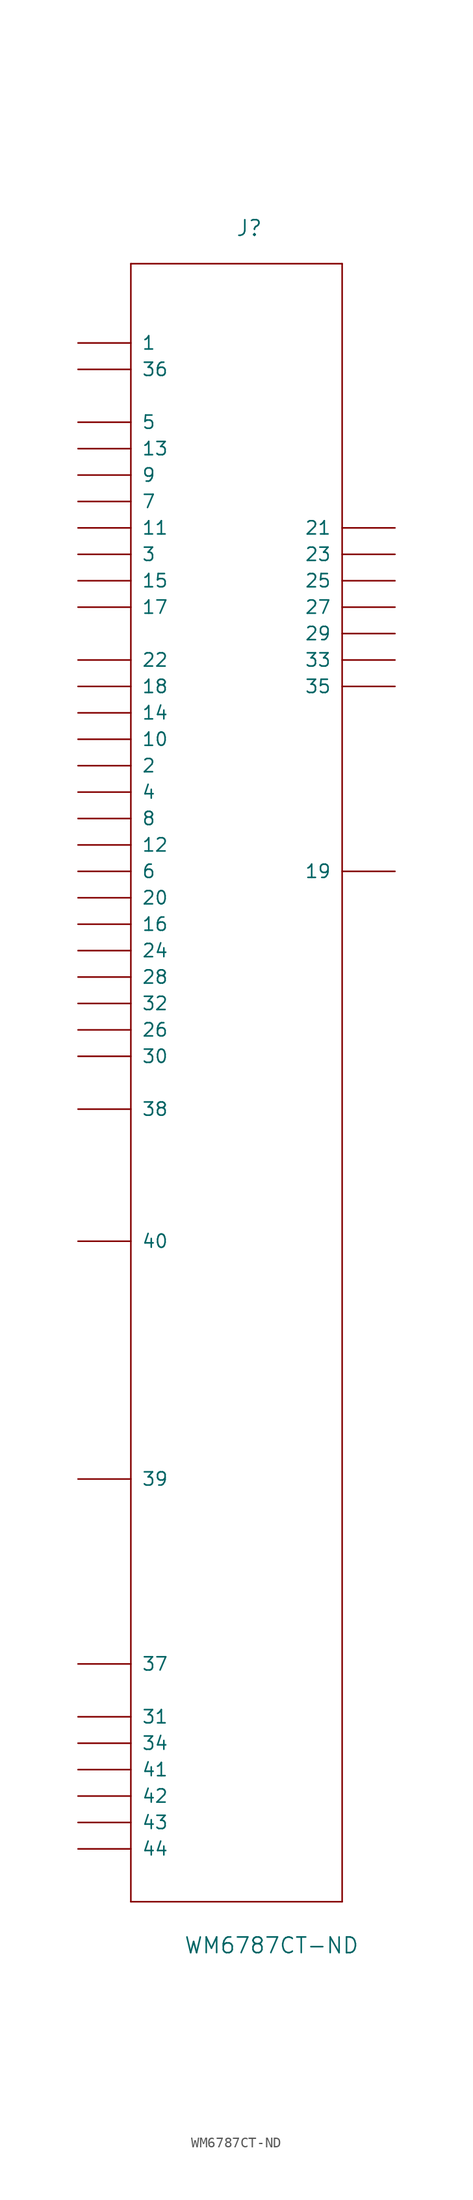
<source format=kicad_sym>
(kicad_symbol_lib
  (version 20211014)
  (generator kicad_symbol_editor)
  (symbol "WM6787CT-ND"
    (pin_names
      (offset 1.016))
    (property "Reference" "J"
      (at 2.54 43.18 0)
      (effects (font (size 1.499 1.499)) (justify right bottom)))
    (property "Value" "WM6787CT-ND"
      (at -5.08 -121.92 0)
      (effects (font (size 1.499 1.499)) (justify left bottom)))
    (property "ki_locked" ""
      (at 0 0 0)
      (effects (font (size 1.27 1.27))))
    (symbol "WM6787CT-ND_1_0"
      (polyline (pts (xy -10.16 -116.84) (xy 10.16 -116.84)) (stroke (width 0) (type default) (color 0 0 0 0)) (fill (type none)))
      (polyline (pts (xy -10.16 40.64) (xy -10.16 -116.84)) (stroke (width 0) (type default) (color 0 0 0 0)) (fill (type none)))
      (polyline (pts (xy 10.16 -116.84) (xy 10.16 40.64)) (stroke (width 0) (type default) (color 0 0 0 0)) (fill (type none)))
      (polyline (pts (xy 10.16 40.64) (xy -10.16 40.64)) (stroke (width 0) (type default) (color 0 0 0 0)) (fill (type none)))
      (pin bidirectional line (at -15.24 33.02 0) (length 5.08) (name "1" (effects (font (size 1.27 1.27)))) (number "P$1" (effects (font (size 0 0)))))
      (pin bidirectional line (at -15.24 -5.08 0) (length 5.08) (name "10" (effects (font (size 1.27 1.27)))) (number "P$10" (effects (font (size 0 0)))))
      (pin bidirectional line (at -15.24 15.24 0) (length 5.08) (name "11" (effects (font (size 1.27 1.27)))) (number "P$11" (effects (font (size 0 0)))))
      (pin bidirectional line (at -15.24 -15.24 0) (length 5.08) (name "12" (effects (font (size 1.27 1.27)))) (number "P$12" (effects (font (size 0 0)))))
      (pin bidirectional line (at -15.24 22.86 0) (length 5.08) (name "13" (effects (font (size 1.27 1.27)))) (number "P$13" (effects (font (size 0 0)))))
      (pin bidirectional line (at -15.24 -2.54 0) (length 5.08) (name "14" (effects (font (size 1.27 1.27)))) (number "P$14" (effects (font (size 0 0)))))
      (pin bidirectional line (at -15.24 10.16 0) (length 5.08) (name "15" (effects (font (size 1.27 1.27)))) (number "P$15" (effects (font (size 0 0)))))
      (pin bidirectional line (at -15.24 -22.86 0) (length 5.08) (name "16" (effects (font (size 1.27 1.27)))) (number "P$16" (effects (font (size 0 0)))))
      (pin bidirectional line (at -15.24 7.62 0) (length 5.08) (name "17" (effects (font (size 1.27 1.27)))) (number "P$17" (effects (font (size 0 0)))))
      (pin bidirectional line (at -15.24 0 0) (length 5.08) (name "18" (effects (font (size 1.27 1.27)))) (number "P$18" (effects (font (size 0 0)))))
      (pin bidirectional line (at 15.24 -17.78 180) (length 5.08) (name "19" (effects (font (size 1.27 1.27)))) (number "P$19" (effects (font (size 0 0)))))
      (pin bidirectional line (at -15.24 -7.62 0) (length 5.08) (name "2" (effects (font (size 1.27 1.27)))) (number "P$2" (effects (font (size 0 0)))))
      (pin bidirectional line (at -15.24 -20.32 0) (length 5.08) (name "20" (effects (font (size 1.27 1.27)))) (number "P$20" (effects (font (size 0 0)))))
      (pin bidirectional line (at 15.24 15.24 180) (length 5.08) (name "21" (effects (font (size 1.27 1.27)))) (number "P$21" (effects (font (size 0 0)))))
      (pin bidirectional line (at -15.24 2.54 0) (length 5.08) (name "22" (effects (font (size 1.27 1.27)))) (number "P$22" (effects (font (size 0 0)))))
      (pin bidirectional line (at 15.24 12.7 180) (length 5.08) (name "23" (effects (font (size 1.27 1.27)))) (number "P$23" (effects (font (size 0 0)))))
      (pin bidirectional line (at -15.24 -25.4 0) (length 5.08) (name "24" (effects (font (size 1.27 1.27)))) (number "P$24" (effects (font (size 0 0)))))
      (pin bidirectional line (at 15.24 10.16 180) (length 5.08) (name "25" (effects (font (size 1.27 1.27)))) (number "P$25" (effects (font (size 0 0)))))
      (pin bidirectional line (at -15.24 -33.02 0) (length 5.08) (name "26" (effects (font (size 1.27 1.27)))) (number "P$26" (effects (font (size 0 0)))))
      (pin bidirectional line (at 15.24 7.62 180) (length 5.08) (name "27" (effects (font (size 1.27 1.27)))) (number "P$27" (effects (font (size 0 0)))))
      (pin bidirectional line (at -15.24 -27.94 0) (length 5.08) (name "28" (effects (font (size 1.27 1.27)))) (number "P$28" (effects (font (size 0 0)))))
      (pin bidirectional line (at 15.24 5.08 180) (length 5.08) (name "29" (effects (font (size 1.27 1.27)))) (number "P$29" (effects (font (size 0 0)))))
      (pin bidirectional line (at -15.24 12.7 0) (length 5.08) (name "3" (effects (font (size 1.27 1.27)))) (number "P$3" (effects (font (size 0 0)))))
      (pin bidirectional line (at -15.24 -35.56 0) (length 5.08) (name "30" (effects (font (size 1.27 1.27)))) (number "P$30" (effects (font (size 0 0)))))
      (pin bidirectional line (at -15.24 -99.06 0) (length 5.08) (name "31" (effects (font (size 1.27 1.27)))) (number "P$31" (effects (font (size 0 0)))))
      (pin bidirectional line (at -15.24 -30.48 0) (length 5.08) (name "32" (effects (font (size 1.27 1.27)))) (number "P$32" (effects (font (size 0 0)))))
      (pin bidirectional line (at 15.24 2.54 180) (length 5.08) (name "33" (effects (font (size 1.27 1.27)))) (number "P$33" (effects (font (size 0 0)))))
      (pin bidirectional line (at -15.24 -101.6 0) (length 5.08) (name "34" (effects (font (size 1.27 1.27)))) (number "P$34" (effects (font (size 0 0)))))
      (pin bidirectional line (at 15.24 0 180) (length 5.08) (name "35" (effects (font (size 1.27 1.27)))) (number "P$35" (effects (font (size 0 0)))))
      (pin bidirectional line (at -15.24 30.48 0) (length 5.08) (name "36" (effects (font (size 1.27 1.27)))) (number "P$36" (effects (font (size 0 0)))))
      (pin bidirectional line (at -15.24 -93.98 0) (length 5.08) (name "37" (effects (font (size 1.27 1.27)))) (number "P$37" (effects (font (size 0 0)))))
      (pin bidirectional line (at -15.24 -40.64 0) (length 5.08) (name "38" (effects (font (size 1.27 1.27)))) (number "P$38" (effects (font (size 0 0)))))
      (pin bidirectional line (at -15.24 -76.2 0) (length 5.08) (name "39" (effects (font (size 1.27 1.27)))) (number "P$39" (effects (font (size 0 0)))))
      (pin bidirectional line (at -15.24 -10.16 0) (length 5.08) (name "4" (effects (font (size 1.27 1.27)))) (number "P$4" (effects (font (size 0 0)))))
      (pin bidirectional line (at -15.24 -53.34 0) (length 5.08) (name "40" (effects (font (size 1.27 1.27)))) (number "P$40" (effects (font (size 0 0)))))
      (pin bidirectional line (at -15.24 -109.22 0) (length 5.08) (name "43" (effects (font (size 1.27 1.27)))) (number "P$41" (effects (font (size 0 0)))))
      (pin bidirectional line (at -15.24 -111.76 0) (length 5.08) (name "44" (effects (font (size 1.27 1.27)))) (number "P$42" (effects (font (size 0 0)))))
      (pin bidirectional line (at -15.24 -104.14 0) (length 5.08) (name "41" (effects (font (size 1.27 1.27)))) (number "P$43" (effects (font (size 0 0)))))
      (pin bidirectional line (at -15.24 -106.68 0) (length 5.08) (name "42" (effects (font (size 1.27 1.27)))) (number "P$44" (effects (font (size 0 0)))))
      (pin bidirectional line (at -15.24 25.4 0) (length 5.08) (name "5" (effects (font (size 1.27 1.27)))) (number "P$5" (effects (font (size 0 0)))))
      (pin bidirectional line (at -15.24 -17.78 0) (length 5.08) (name "6" (effects (font (size 1.27 1.27)))) (number "P$6" (effects (font (size 0 0)))))
      (pin bidirectional line (at -15.24 17.78 0) (length 5.08) (name "7" (effects (font (size 1.27 1.27)))) (number "P$7" (effects (font (size 0 0)))))
      (pin bidirectional line (at -15.24 -12.7 0) (length 5.08) (name "8" (effects (font (size 1.27 1.27)))) (number "P$8" (effects (font (size 0 0)))))
      (pin bidirectional line (at -15.24 20.32 0) (length 5.08) (name "9" (effects (font (size 1.27 1.27)))) (number "P$9" (effects (font (size 0 0))))))))
</source>
